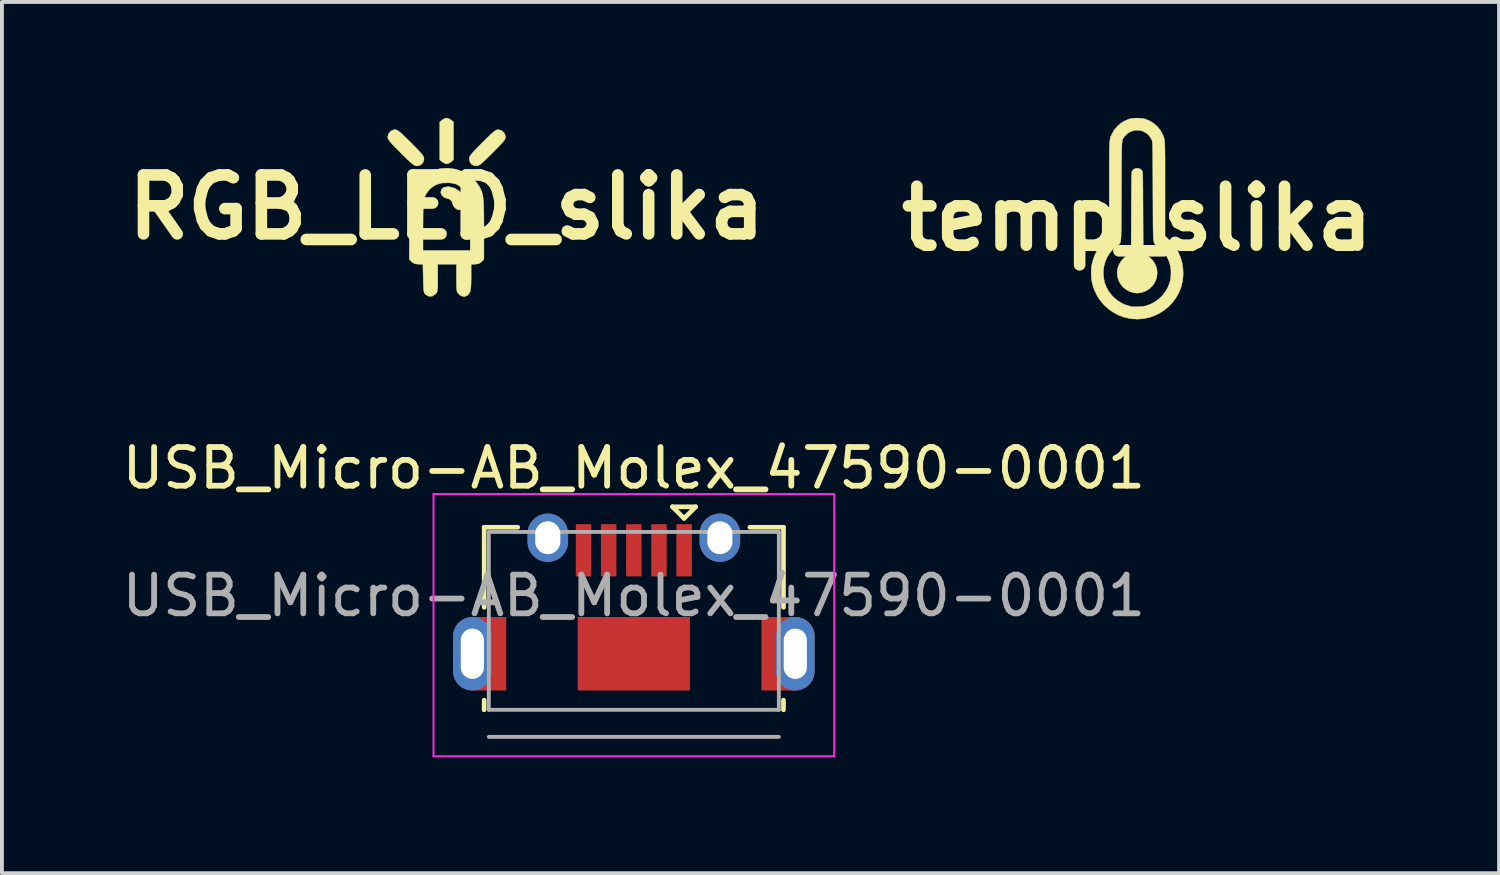
<source format=kicad_pcb>
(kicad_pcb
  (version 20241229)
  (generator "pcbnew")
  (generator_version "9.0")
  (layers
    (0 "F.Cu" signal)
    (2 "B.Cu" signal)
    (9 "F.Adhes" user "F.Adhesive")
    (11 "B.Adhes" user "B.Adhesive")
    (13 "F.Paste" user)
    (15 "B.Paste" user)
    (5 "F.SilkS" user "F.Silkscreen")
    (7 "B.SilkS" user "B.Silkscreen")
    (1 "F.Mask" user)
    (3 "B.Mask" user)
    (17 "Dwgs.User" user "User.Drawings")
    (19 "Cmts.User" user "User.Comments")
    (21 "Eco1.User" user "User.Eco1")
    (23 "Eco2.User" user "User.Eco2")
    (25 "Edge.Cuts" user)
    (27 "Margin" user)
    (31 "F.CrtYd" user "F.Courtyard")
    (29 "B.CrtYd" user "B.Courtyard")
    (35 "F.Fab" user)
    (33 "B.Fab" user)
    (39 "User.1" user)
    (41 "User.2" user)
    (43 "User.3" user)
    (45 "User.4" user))
  (footprint "temp_slika"
    (layer "F.Cu")
    (at 26.354 2.6)
    (property "Reference" "temp_slika" (at 0 0 0) (layer "F.SilkS") (effects (font (size 1.524 1.524) (thickness 0.3))))
    (attr through_hole)
    (fp_poly (pts (xy 0.05 -1.293) (xy 0.094 -1.27) (xy 0.129 -1.233) (xy 0.132 -1.227) (xy 0.135 -1.22) (xy 0.137 -1.21) (xy 0.139 -1.195) (xy 0.141 -1.175) (xy 0.142 -1.148) (xy 0.144 -1.113) (xy 0.145 -1.07) (xy 0.146 -1.016) (xy 0.147 -0.951) (xy 0.148 -0.873) (xy 0.149 -0.781) (xy 0.15 -0.675) (xy 0.15 -0.552) (xy 0.151 -0.413) (xy 0.152 -0.255) (xy 0.152 -0.149) (xy 0.157 0.908) (xy 0.229 0.944) (xy 0.313 0.997) (xy 0.385 1.064) (xy 0.443 1.143) (xy 0.486 1.231) (xy 0.511 1.325) (xy 0.518 1.406) (xy 0.508 1.504) (xy 0.481 1.598) (xy 0.436 1.684) (xy 0.377 1.76) (xy 0.305 1.825) (xy 0.221 1.875) (xy 0.128 1.91) (xy 0.103 1.916) (xy 0.037 1.927) (xy -0.021 1.928) (xy -0.083 1.92) (xy -0.108 1.915) (xy -0.202 1.885) (xy -0.287 1.837) (xy -0.362 1.776) (xy -0.424 1.701) (xy -0.472 1.617) (xy -0.503 1.524) (xy -0.517 1.425) (xy -0.518 1.402) (xy -0.508 1.307) (xy -0.48 1.216) (xy -0.435 1.13) (xy -0.375 1.053) (xy -0.302 0.988) (xy -0.229 0.944) (xy -0.157 0.908) (xy -0.152 -0.149) (xy -0.152 -0.318) (xy -0.151 -0.469) (xy -0.15 -0.602) (xy -0.149 -0.718) (xy -0.148 -0.819) (xy -0.148 -0.905) (xy -0.147 -0.977) (xy -0.146 -1.038) (xy -0.145 -1.088) (xy -0.143 -1.128) (xy -0.142 -1.159) (xy -0.14 -1.183) (xy -0.138 -1.201) (xy -0.136 -1.214) (xy -0.134 -1.223) (xy -0.131 -1.23) (xy -0.129 -1.233) (xy -0.093 -1.27) (xy -0.049 -1.293) (xy 0.00041 -1.3) (xy 0.05 -1.293)) (stroke (width 0.01) (type solid)) (fill yes) (layer "F.SilkS"))
    (fp_poly (pts (xy 0.059 -2.594) (xy 0.104 -2.592) (xy 0.139 -2.589) (xy 0.171 -2.582) (xy 0.206 -2.572) (xy 0.219 -2.568) (xy 0.331 -2.52) (xy 0.433 -2.456) (xy 0.522 -2.377) (xy 0.597 -2.284) (xy 0.656 -2.179) (xy 0.665 -2.159) (xy 0.674 -2.14) (xy 0.682 -2.122) (xy 0.688 -2.104) (xy 0.694 -2.084) (xy 0.7 -2.061) (xy 0.704 -2.034) (xy 0.708 -2.003) (xy 0.711 -1.965) (xy 0.714 -1.92) (xy 0.716 -1.866) (xy 0.718 -1.803) (xy 0.719 -1.729) (xy 0.72 -1.643) (xy 0.721 -1.544) (xy 0.721 -1.43) (xy 0.721 -1.302) (xy 0.721 -1.156) (xy 0.721 -0.993) (xy 0.721 -0.811) (xy 0.721 -0.756) (xy 0.721 0.45) (xy 0.821 0.548) (xy 0.897 0.628) (xy 0.961 0.705) (xy 1.015 0.785) (xy 1.063 0.872) (xy 1.122 1.009) (xy 1.163 1.153) (xy 1.185 1.301) (xy 1.19 1.452) (xy 1.176 1.601) (xy 1.144 1.746) (xy 1.132 1.784) (xy 1.075 1.924) (xy 1.001 2.054) (xy 0.913 2.173) (xy 0.812 2.279) (xy 0.699 2.371) (xy 0.576 2.45) (xy 0.445 2.513) (xy 0.307 2.56) (xy 0.163 2.59) (xy 0.016 2.602) (xy -0.134 2.594) (xy -0.195 2.586) (xy -0.343 2.551) (xy -0.484 2.498) (xy -0.615 2.428) (xy -0.737 2.343) (xy -0.847 2.245) (xy -0.945 2.133) (xy -1.028 2.01) (xy -1.095 1.878) (xy -1.146 1.736) (xy -1.174 1.616) (xy -1.183 1.549) (xy -1.188 1.471) (xy -1.189 1.408) (xy -0.875 1.408) (xy -0.865 1.543) (xy -0.838 1.669) (xy -0.791 1.788) (xy -0.726 1.899) (xy -0.641 2.004) (xy -0.632 2.013) (xy -0.532 2.103) (xy -0.421 2.177) (xy -0.301 2.233) (xy -0.173 2.271) (xy -0.127 2.279) (xy -0.092 2.282) (xy -0.042 2.283) (xy 0.016 2.281) (xy 0.077 2.278) (xy 0.135 2.273) (xy 0.184 2.267) (xy 0.218 2.26) (xy 0.343 2.216) (xy 0.458 2.155) (xy 0.563 2.079) (xy 0.655 1.99) (xy 0.733 1.888) (xy 0.796 1.776) (xy 0.842 1.655) (xy 0.859 1.587) (xy 0.869 1.517) (xy 0.874 1.437) (xy 0.873 1.354) (xy 0.867 1.276) (xy 0.859 1.231) (xy 0.823 1.106) (xy 0.769 0.988) (xy 0.697 0.879) (xy 0.611 0.78) (xy 0.517 0.7) (xy 0.502 0.69) (xy 0.488 0.681) (xy 0.476 0.673) (xy 0.465 0.666) (xy 0.455 0.656) (xy 0.447 0.645) (xy 0.44 0.63) (xy 0.433 0.611) (xy 0.428 0.586) (xy 0.423 0.555) (xy 0.42 0.516) (xy 0.417 0.468) (xy 0.414 0.411) (xy 0.413 0.343) (xy 0.411 0.263) (xy 0.41 0.169) (xy 0.409 0.062) (xy 0.409 -0.06) (xy 0.408 -0.199) (xy 0.408 -0.354) (xy 0.407 -0.528) (xy 0.406 -0.696) (xy 0.406 -0.885) (xy 0.405 -1.054) (xy 0.404 -1.205) (xy 0.403 -1.339) (xy 0.403 -1.457) (xy 0.402 -1.561) (xy 0.401 -1.65) (xy 0.4 -1.726) (xy 0.399 -1.791) (xy 0.398 -1.845) (xy 0.397 -1.889) (xy 0.396 -1.925) (xy 0.394 -1.953) (xy 0.392 -1.975) (xy 0.39 -1.992) (xy 0.388 -2.004) (xy 0.386 -2.014) (xy 0.384 -2.019) (xy 0.342 -2.1) (xy 0.288 -2.166) (xy 0.224 -2.217) (xy 0.152 -2.255) (xy 0.076 -2.277) (xy -0.003 -2.284) (xy -0.083 -2.276) (xy -0.16 -2.252) (xy -0.232 -2.212) (xy -0.297 -2.155) (xy -0.337 -2.106) (xy -0.346 -2.093) (xy -0.354 -2.082) (xy -0.362 -2.071) (xy -0.369 -2.06) (xy -0.374 -2.047) (xy -0.38 -2.031) (xy -0.384 -2.012) (xy -0.388 -1.987) (xy -0.391 -1.957) (xy -0.394 -1.92) (xy -0.396 -1.875) (xy -0.398 -1.82) (xy -0.4 -1.755) (xy -0.401 -1.679) (xy -0.402 -1.59) (xy -0.403 -1.487) (xy -0.404 -1.37) (xy -0.404 -1.237) (xy -0.405 -1.087) (xy -0.406 -0.92) (xy -0.406 -0.733) (xy -0.406 -0.696) (xy -0.407 -0.505) (xy -0.408 -0.333) (xy -0.408 -0.18) (xy -0.409 -0.044) (xy -0.409 0.077) (xy -0.41 0.182) (xy -0.411 0.274) (xy -0.413 0.352) (xy -0.415 0.419) (xy -0.417 0.475) (xy -0.42 0.522) (xy -0.424 0.559) (xy -0.429 0.59) (xy -0.434 0.614) (xy -0.44 0.632) (xy -0.448 0.647) (xy -0.457 0.658) (xy -0.466 0.667) (xy -0.477 0.674) (xy -0.49 0.682) (xy -0.504 0.691) (xy -0.517 0.7) (xy -0.619 0.788) (xy -0.705 0.888) (xy -0.775 0.998) (xy -0.826 1.117) (xy -0.86 1.243) (xy -0.874 1.376) (xy -0.875 1.408) (xy -1.189 1.408) (xy -1.189 1.389) (xy -1.187 1.31) (xy -1.181 1.241) (xy -1.178 1.223) (xy -1.147 1.087) (xy -1.099 0.953) (xy -1.037 0.825) (xy -0.963 0.707) (xy -0.877 0.601) (xy -0.782 0.511) (xy -0.779 0.508) (xy -0.722 0.462) (xy -0.722 -0.75) (xy -0.722 -0.938) (xy -0.722 -1.106) (xy -0.722 -1.257) (xy -0.721 -1.391) (xy -0.721 -1.509) (xy -0.72 -1.612) (xy -0.719 -1.703) (xy -0.718 -1.78) (xy -0.717 -1.847) (xy -0.715 -1.903) (xy -0.712 -1.951) (xy -0.709 -1.991) (xy -0.705 -2.025) (xy -0.701 -2.053) (xy -0.696 -2.077) (xy -0.69 -2.097) (xy -0.684 -2.116) (xy -0.677 -2.134) (xy -0.668 -2.152) (xy -0.659 -2.172) (xy -0.656 -2.179) (xy -0.596 -2.285) (xy -0.521 -2.377) (xy -0.432 -2.457) (xy -0.33 -2.521) (xy -0.219 -2.568) (xy -0.182 -2.579) (xy -0.15 -2.587) (xy -0.116 -2.591) (xy -0.075 -2.594) (xy -0.021 -2.595) (xy 0 -2.595) (xy 0.059 -2.594)) (stroke (width 0.01) (type solid)) (fill yes) (layer "F.SilkS")))
  (footprint "RGB_LED_slika"
    (layer "F.Cu")
    (at 8.498 2.308)
    (property "Reference" "RGB_LED_slika" (at 0 0 0) (layer "F.SilkS") (effects (font (size 1.524 1.524) (thickness 0.3))))
    (attr through_hole)
    (fp_poly (pts (xy 0.037 -2.302) (xy 0.111 -2.259) (xy 0.178 -2.206) (xy 0.178 -1.223) (xy 0.111 -1.17) (xy 0.052 -1.134) (xy 0.001 -1.118) (xy 0 -1.118) (xy -0.05 -1.133) (xy -0.109 -1.169) (xy -0.111 -1.17) (xy -0.178 -1.223) (xy -0.178 -2.206) (xy -0.111 -2.259) (xy -0.033 -2.303) (xy 0.037 -2.302)) (stroke (width 0.01) (type solid)) (fill yes) (layer "F.SilkS"))
    (fp_poly (pts (xy 0.074 -0.528) (xy 0.216 -0.49) (xy 0.335 -0.41) (xy 0.423 -0.293) (xy 0.434 -0.27) (xy 0.474 -0.155) (xy 0.477 -0.067) (xy 0.44 0.001) (xy 0.416 0.024) (xy 0.345 0.067) (xy 0.288 0.068) (xy 0.227 0.026) (xy 0.215 0.014) (xy 0.172 -0.042) (xy 0.153 -0.094) (xy 0.152 -0.097) (xy 0.13 -0.158) (xy 0.076 -0.207) (xy 0.007 -0.229) (xy 0.004 -0.229) (xy -0.064 -0.251) (xy -0.122 -0.306) (xy -0.151 -0.375) (xy -0.152 -0.39) (xy -0.131 -0.466) (xy -0.071 -0.514) (xy 0.027 -0.53) (xy 0.074 -0.528)) (stroke (width 0.01) (type solid)) (fill yes) (layer "F.SilkS"))
    (fp_poly (pts (xy -1.3 -2.001) (xy -1.26 -1.98) (xy -1.207 -1.94) (xy -1.135 -1.877) (xy -1.039 -1.785) (xy -0.922 -1.669) (xy -0.801 -1.548) (xy -0.713 -1.456) (xy -0.652 -1.387) (xy -0.613 -1.336) (xy -0.592 -1.296) (xy -0.585 -1.262) (xy -0.584 -1.25) (xy -0.606 -1.159) (xy -0.667 -1.094) (xy -0.755 -1.067) (xy -0.767 -1.067) (xy -0.8 -1.071) (xy -0.837 -1.086) (xy -0.883 -1.118) (xy -0.945 -1.17) (xy -1.028 -1.248) (xy -1.138 -1.356) (xy -1.186 -1.404) (xy -1.308 -1.527) (xy -1.397 -1.62) (xy -1.458 -1.69) (xy -1.497 -1.742) (xy -1.517 -1.781) (xy -1.524 -1.814) (xy -1.524 -1.819) (xy -1.501 -1.903) (xy -1.442 -1.97) (xy -1.36 -2.004) (xy -1.333 -2.007) (xy -1.3 -2.001)) (stroke (width 0.01) (type solid)) (fill yes) (layer "F.SilkS"))
    (fp_poly (pts (xy 1.421 -1.984) (xy 1.487 -1.924) (xy 1.522 -1.842) (xy 1.524 -1.816) (xy 1.518 -1.783) (xy 1.498 -1.743) (xy 1.458 -1.69) (xy 1.394 -1.618) (xy 1.303 -1.522) (xy 1.186 -1.404) (xy 1.065 -1.284) (xy 0.973 -1.196) (xy 0.904 -1.134) (xy 0.853 -1.096) (xy 0.813 -1.075) (xy 0.78 -1.067) (xy 0.767 -1.067) (xy 0.686 -1.085) (xy 0.635 -1.118) (xy 0.595 -1.186) (xy 0.584 -1.25) (xy 0.588 -1.283) (xy 0.604 -1.32) (xy 0.635 -1.366) (xy 0.687 -1.428) (xy 0.765 -1.51) (xy 0.873 -1.62) (xy 0.922 -1.669) (xy 1.044 -1.79) (xy 1.138 -1.88) (xy 1.207 -1.941) (xy 1.259 -1.98) (xy 1.299 -2) (xy 1.332 -2.007) (xy 1.336 -2.007) (xy 1.421 -1.984)) (stroke (width 0.01) (type solid)) (fill yes) (layer "F.SilkS"))
    (fp_poly (pts (xy 0.239 -0.982) (xy 0.426 -0.917) (xy 0.597 -0.813) (xy 0.746 -0.672) (xy 0.794 -0.609) (xy 0.839 -0.543) (xy 0.875 -0.481) (xy 0.904 -0.417) (xy 0.926 -0.345) (xy 0.942 -0.258) (xy 0.953 -0.151) (xy 0.96 -0.017) (xy 0.963 0.151) (xy 0.965 0.357) (xy 0.965 0.565) (xy 0.965 1.349) (xy 0.903 1.411) (xy 0.833 1.459) (xy 0.742 1.473) (xy 0.738 1.473) (xy 0.635 1.473) (xy 0.635 1.805) (xy 0.633 1.964) (xy 0.626 2.08) (xy 0.614 2.159) (xy 0.598 2.208) (xy 0.537 2.283) (xy 0.46 2.312) (xy 0.377 2.294) (xy 0.316 2.249) (xy 0.292 2.222) (xy 0.275 2.193) (xy 0.264 2.153) (xy 0.257 2.091) (xy 0.255 2) (xy 0.254 1.87) (xy 0.254 1.83) (xy 0.254 1.473) (xy -0.229 1.473) (xy -0.229 1.83) (xy -0.229 1.972) (xy -0.231 2.072) (xy -0.236 2.14) (xy -0.246 2.184) (xy -0.261 2.215) (xy -0.284 2.242) (xy -0.291 2.249) (xy -0.373 2.301) (xy -0.459 2.304) (xy -0.537 2.263) (xy -0.56 2.241) (xy -0.577 2.215) (xy -0.588 2.176) (xy -0.596 2.115) (xy -0.6 2.023) (xy -0.604 1.891) (xy -0.605 1.844) (xy -0.613 1.473) (xy -0.727 1.473) (xy -0.817 1.464) (xy -0.881 1.431) (xy -0.903 1.411) (xy -0.965 1.349) (xy -0.965 0.564) (xy -0.965 0.492) (xy -0.61 0.492) (xy -0.61 1.118) (xy 0.61 1.118) (xy 0.609 0.502) (xy 0.608 0.324) (xy 0.605 0.159) (xy 0.601 0.015) (xy 0.595 -0.101) (xy 0.588 -0.18) (xy 0.584 -0.206) (xy 0.516 -0.358) (xy 0.404 -0.49) (xy 0.335 -0.545) (xy 0.266 -0.587) (xy 0.2 -0.612) (xy 0.115 -0.626) (xy 0.037 -0.631) (xy -0.135 -0.624) (xy -0.279 -0.58) (xy -0.402 -0.496) (xy -0.466 -0.43) (xy -0.507 -0.378) (xy -0.54 -0.325) (xy -0.565 -0.266) (xy -0.583 -0.193) (xy -0.596 -0.1) (xy -0.604 0.021) (xy -0.608 0.175) (xy -0.609 0.37) (xy -0.61 0.492) (xy -0.965 0.492) (xy -0.965 0.323) (xy -0.963 0.126) (xy -0.959 -0.033) (xy -0.952 -0.16) (xy -0.941 -0.261) (xy -0.926 -0.343) (xy -0.905 -0.412) (xy -0.877 -0.475) (xy -0.842 -0.537) (xy -0.811 -0.587) (xy -0.681 -0.746) (xy -0.523 -0.868) (xy -0.345 -0.953) (xy -0.154 -1) (xy 0.043 -1.01) (xy 0.239 -0.982)) (stroke (width 0.01) (type solid)) (fill yes) (layer "F.SilkS")))
  (footprint "USB_Micro-AB_Molex_47590-0001"
    (layer "F.Cu")
    (at 13.339 13.854)
    (property "Reference" "USB_Micro-AB_Molex_47590-0001" (at 0 -4.8 180) (layer "F.SilkS") (effects (font (size 1 1) (thickness 0.15))))
    (attr smd)
    (fp_line (start -3.87 -3.27) (end -3.87 -1.2) (stroke (width 0.12) (type solid)) (layer "F.SilkS"))
    (fp_line (start -3.87 -3.27) (end -3 -3.27) (stroke (width 0.12) (type solid)) (layer "F.SilkS"))
    (fp_line (start -3.87 1.2) (end -3.87 1.45) (stroke (width 0.12) (type solid)) (layer "F.SilkS"))
    (fp_line (start 1 -3.8) (end 1.6 -3.8) (stroke (width 0.12) (type solid)) (layer "F.SilkS"))
    (fp_line (start 1.3 -3.5) (end 1 -3.8) (stroke (width 0.12) (type solid)) (layer "F.SilkS"))
    (fp_line (start 1.3 -3.5) (end 1.6 -3.8) (stroke (width 0.12) (type solid)) (layer "F.SilkS"))
    (fp_line (start 3 -3.27) (end 3.87 -3.27) (stroke (width 0.12) (type solid)) (layer "F.SilkS"))
    (fp_line (start 3.87 -3.27) (end 3.87 -1.2) (stroke (width 0.12) (type solid)) (layer "F.SilkS"))
    (fp_line (start 3.87 1.2) (end 3.87 1.45) (stroke (width 0.12) (type solid)) (layer "F.SilkS"))
    (fp_line (start -5.18 -4.13) (end -5.18 2.65) (stroke (width 0.05) (type solid)) (layer "F.CrtYd"))
    (fp_line (start -5.18 -4.13) (end 5.18 -4.13) (stroke (width 0.05) (type solid)) (layer "F.CrtYd"))
    (fp_line (start -5.18 2.65) (end 5.18 2.65) (stroke (width 0.05) (type solid)) (layer "F.CrtYd"))
    (fp_line (start 5.18 -4.13) (end 5.18 2.65) (stroke (width 0.05) (type solid)) (layer "F.CrtYd"))
    (fp_line (start -3.75 -3.15) (end -3.75 1.45) (stroke (width 0.1) (type solid)) (layer "F.Fab"))
    (fp_line (start -3.75 -3.15) (end 3.75 -3.15) (stroke (width 0.1) (type solid)) (layer "F.Fab"))
    (fp_line (start -3.75 1.45) (end 3.75 1.45) (stroke (width 0.1) (type solid)) (layer "F.Fab"))
    (fp_line (start -3.75 2.15) (end 3.75 2.15) (stroke (width 0.1) (type solid)) (layer "F.Fab"))
    (fp_line (start 3.75 -3.15) (end 3.75 1.45) (stroke (width 0.1) (type solid)) (layer "F.Fab"))
    (fp_text user "${REFERENCE}" (at 0 -1.5 0) (layer "F.Fab") (effects (font (size 1 1) (thickness 0.15))))
    (pad "" smd rect (at -3.5 0) (size 0.3 0.85) (layers "F.Paste"))
    (pad "" smd rect (at 3.5 0) (size 0.3 0.85) (layers "F.Paste"))
    (pad "1" smd rect (at 1.3 -2.675) (size 0.4 1.35) (layers "F.Cu" "F.Mask" "F.Paste"))
    (pad "2" smd rect (at 0.65 -2.675) (size 0.4 1.35) (layers "F.Cu" "F.Mask" "F.Paste"))
    (pad "3" smd rect (at 0 -2.675) (size 0.4 1.35) (layers "F.Cu" "F.Mask" "F.Paste"))
    (pad "4" smd rect (at -0.65 -2.675) (size 0.4 1.35) (layers "F.Cu" "F.Mask" "F.Paste"))
    (pad "5" smd rect (at -1.3 -2.675) (size 0.4 1.35) (layers "F.Cu" "F.Mask" "F.Paste"))
    (pad "6" thru_hole oval (at -4.175 0) (size 1 1.9) (drill oval 0.6 1.3) (layers "*.Cu" "*.Mask"))
    (pad "6" smd rect (at -3.737 0) (size 0.875 1.9) (layers "F.Cu" "F.Mask"))
    (pad "6" thru_hole oval (at -2.225 -3) (size 1.05 1.25) (drill oval 0.65 0.85) (layers "*.Cu" "*.Mask"))
    (pad "6" smd rect (at 0 0) (size 2.9 1.9) (layers "F.Cu" "F.Mask" "F.Paste"))
    (pad "6" thru_hole oval (at 2.225 -3) (size 1.05 1.25) (drill oval 0.65 0.85) (layers "*.Cu" "*.Mask"))
    (pad "6" smd rect (at 3.737 0) (size 0.875 1.9) (layers "F.Cu" "F.Mask"))
    (pad "6" thru_hole oval (at 4.175 0) (size 1 1.9) (drill oval 0.6 1.3) (layers "*.Cu" "*.Mask")))
  (gr_rect
    (start -3 -3)
    (end 35.711 19.529)
    (stroke (width 0.1) (type default))
    (fill no)
    (layer "Edge.Cuts")))
</source>
